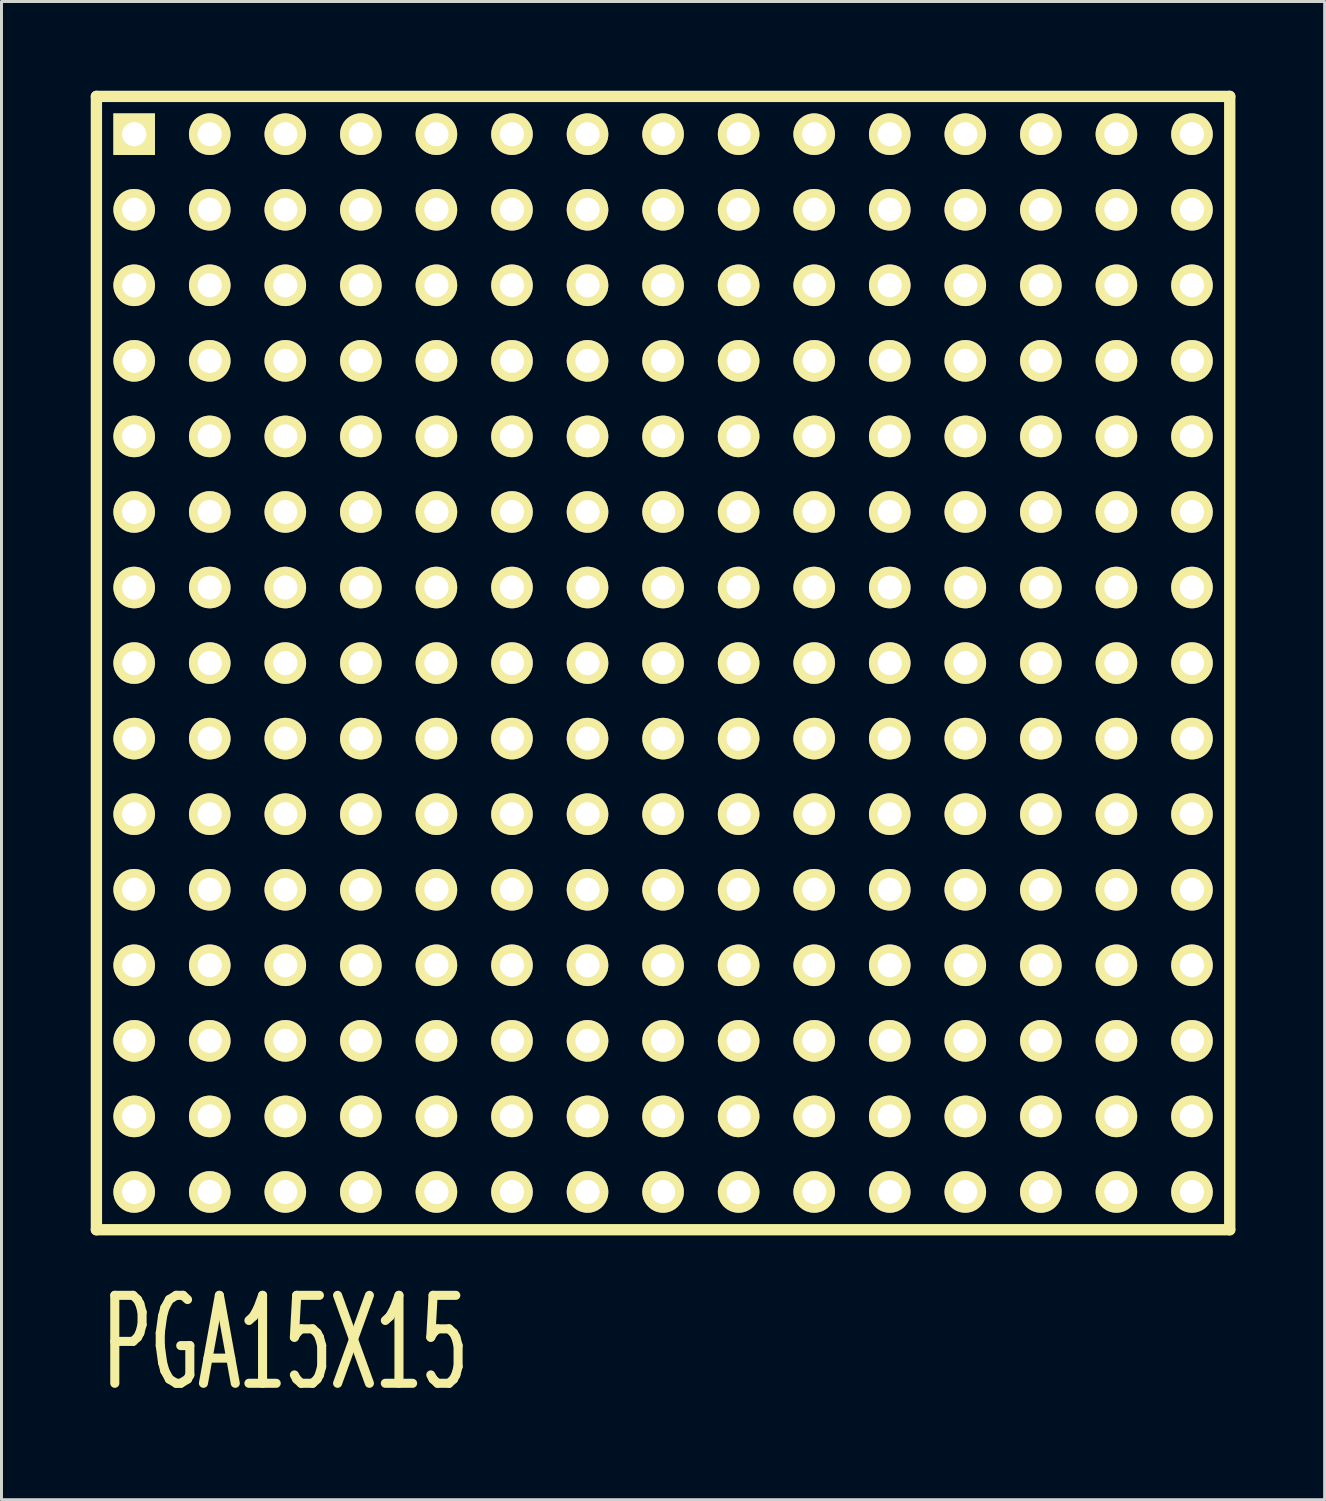
<source format=kicad_pcb>
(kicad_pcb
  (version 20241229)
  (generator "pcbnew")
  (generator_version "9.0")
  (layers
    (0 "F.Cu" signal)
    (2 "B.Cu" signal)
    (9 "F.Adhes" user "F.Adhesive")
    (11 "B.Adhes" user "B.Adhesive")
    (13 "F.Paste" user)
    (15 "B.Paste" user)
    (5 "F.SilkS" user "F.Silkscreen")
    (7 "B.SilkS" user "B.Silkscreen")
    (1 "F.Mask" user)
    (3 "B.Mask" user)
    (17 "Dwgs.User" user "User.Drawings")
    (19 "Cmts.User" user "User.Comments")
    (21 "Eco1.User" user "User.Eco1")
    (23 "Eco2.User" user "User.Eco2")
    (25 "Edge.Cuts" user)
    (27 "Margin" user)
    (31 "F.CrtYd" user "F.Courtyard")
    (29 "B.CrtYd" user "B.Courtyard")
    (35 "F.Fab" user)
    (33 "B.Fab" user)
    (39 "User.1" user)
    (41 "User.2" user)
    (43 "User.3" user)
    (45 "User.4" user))
  (footprint "PGA15X15"
    (layer "F.Cu")
    (at 19.241 19.241)
    (property "Reference" "PGA15X15" (at -12.7 22.86 0) (layer "F.SilkS") (effects (font (size 2.957 1.605) (thickness 0.305))))
    (attr through_hole)
    (fp_line (start -19.05 -19.05) (end -19.05 19.05) (stroke (width 0.381) (type solid)) (layer "F.SilkS"))
    (fp_line (start -19.05 19.05) (end 19.05 19.05) (stroke (width 0.381) (type solid)) (layer "F.SilkS"))
    (fp_line (start 19.05 -19.05) (end -19.05 -19.05) (stroke (width 0.381) (type solid)) (layer "F.SilkS"))
    (fp_line (start 19.05 19.05) (end 19.05 -19.05) (stroke (width 0.381) (type solid)) (layer "F.SilkS"))
    (pad "A1" thru_hole rect (at -17.78 -17.78) (size 1.397 1.397) (drill 0.813) (layers "*.Cu" "*.Mask" "F.SilkS"))
    (pad "A2" thru_hole circle (at -15.24 -17.78) (size 1.397 1.397) (drill 0.813) (layers "*.Cu" "*.Mask" "F.SilkS"))
    (pad "A3" thru_hole circle (at -12.7 -17.78) (size 1.397 1.397) (drill 0.813) (layers "*.Cu" "*.Mask" "F.SilkS"))
    (pad "A4" thru_hole circle (at -10.16 -17.78) (size 1.397 1.397) (drill 0.813) (layers "*.Cu" "*.Mask" "F.SilkS"))
    (pad "A5" thru_hole circle (at -7.62 -17.78) (size 1.397 1.397) (drill 0.813) (layers "*.Cu" "*.Mask" "F.SilkS"))
    (pad "A6" thru_hole circle (at -5.08 -17.78) (size 1.397 1.397) (drill 0.813) (layers "*.Cu" "*.Mask" "F.SilkS"))
    (pad "A7" thru_hole circle (at -2.54 -17.78) (size 1.397 1.397) (drill 0.813) (layers "*.Cu" "*.Mask" "F.SilkS"))
    (pad "A8" thru_hole circle (at 0 -17.78) (size 1.397 1.397) (drill 0.813) (layers "*.Cu" "*.Mask" "F.SilkS"))
    (pad "A9" thru_hole circle (at 2.54 -17.78) (size 1.397 1.397) (drill 0.813) (layers "*.Cu" "*.Mask" "F.SilkS"))
    (pad "A10" thru_hole circle (at 5.08 -17.78) (size 1.397 1.397) (drill 0.813) (layers "*.Cu" "*.Mask" "F.SilkS"))
    (pad "A11" thru_hole circle (at 7.62 -17.78) (size 1.397 1.397) (drill 0.813) (layers "*.Cu" "*.Mask" "F.SilkS"))
    (pad "A12" thru_hole circle (at 10.16 -17.78) (size 1.397 1.397) (drill 0.813) (layers "*.Cu" "*.Mask" "F.SilkS"))
    (pad "A13" thru_hole circle (at 12.7 -17.78) (size 1.397 1.397) (drill 0.813) (layers "*.Cu" "*.Mask" "F.SilkS"))
    (pad "A14" thru_hole circle (at 15.24 -17.78) (size 1.397 1.397) (drill 0.813) (layers "*.Cu" "*.Mask" "F.SilkS"))
    (pad "A15" thru_hole circle (at 17.78 -17.78) (size 1.397 1.397) (drill 0.813) (layers "*.Cu" "*.Mask" "F.SilkS"))
    (pad "B1" thru_hole circle (at -17.78 -15.24) (size 1.397 1.397) (drill 0.813) (layers "*.Cu" "*.Mask" "F.SilkS"))
    (pad "B2" thru_hole circle (at -15.24 -15.24) (size 1.397 1.397) (drill 0.813) (layers "*.Cu" "*.Mask" "F.SilkS"))
    (pad "B3" thru_hole circle (at -12.7 -15.24) (size 1.397 1.397) (drill 0.813) (layers "*.Cu" "*.Mask" "F.SilkS"))
    (pad "B4" thru_hole circle (at -10.16 -15.24) (size 1.397 1.397) (drill 0.813) (layers "*.Cu" "*.Mask" "F.SilkS"))
    (pad "B5" thru_hole circle (at -7.62 -15.24) (size 1.397 1.397) (drill 0.813) (layers "*.Cu" "*.Mask" "F.SilkS"))
    (pad "B6" thru_hole circle (at -5.08 -15.24) (size 1.397 1.397) (drill 0.813) (layers "*.Cu" "*.Mask" "F.SilkS"))
    (pad "B7" thru_hole circle (at -2.54 -15.24) (size 1.397 1.397) (drill 0.813) (layers "*.Cu" "*.Mask" "F.SilkS"))
    (pad "B8" thru_hole circle (at 0 -15.24) (size 1.397 1.397) (drill 0.813) (layers "*.Cu" "*.Mask" "F.SilkS"))
    (pad "B9" thru_hole circle (at 2.54 -15.24) (size 1.397 1.397) (drill 0.813) (layers "*.Cu" "*.Mask" "F.SilkS"))
    (pad "B10" thru_hole circle (at 5.08 -15.24) (size 1.397 1.397) (drill 0.813) (layers "*.Cu" "*.Mask" "F.SilkS"))
    (pad "B11" thru_hole circle (at 7.62 -15.24) (size 1.397 1.397) (drill 0.813) (layers "*.Cu" "*.Mask" "F.SilkS"))
    (pad "B12" thru_hole circle (at 10.16 -15.24) (size 1.397 1.397) (drill 0.813) (layers "*.Cu" "*.Mask" "F.SilkS"))
    (pad "B13" thru_hole circle (at 12.7 -15.24) (size 1.397 1.397) (drill 0.813) (layers "*.Cu" "*.Mask" "F.SilkS"))
    (pad "B14" thru_hole circle (at 15.24 -15.24) (size 1.397 1.397) (drill 0.813) (layers "*.Cu" "*.Mask" "F.SilkS"))
    (pad "B15" thru_hole circle (at 17.78 -15.24) (size 1.397 1.397) (drill 0.813) (layers "*.Cu" "*.Mask" "F.SilkS"))
    (pad "C1" thru_hole circle (at -17.78 -12.7) (size 1.397 1.397) (drill 0.813) (layers "*.Cu" "*.Mask" "F.SilkS"))
    (pad "C2" thru_hole circle (at -15.24 -12.7) (size 1.397 1.397) (drill 0.813) (layers "*.Cu" "*.Mask" "F.SilkS"))
    (pad "C3" thru_hole circle (at -12.7 -12.7) (size 1.397 1.397) (drill 0.813) (layers "*.Cu" "*.Mask" "F.SilkS"))
    (pad "C4" thru_hole circle (at -10.16 -12.7) (size 1.397 1.397) (drill 0.813) (layers "*.Cu" "*.Mask" "F.SilkS"))
    (pad "C5" thru_hole circle (at -7.62 -12.7) (size 1.397 1.397) (drill 0.813) (layers "*.Cu" "*.Mask" "F.SilkS"))
    (pad "C6" thru_hole circle (at -5.08 -12.7) (size 1.397 1.397) (drill 0.813) (layers "*.Cu" "*.Mask" "F.SilkS"))
    (pad "C7" thru_hole circle (at -2.54 -12.7) (size 1.397 1.397) (drill 0.813) (layers "*.Cu" "*.Mask" "F.SilkS"))
    (pad "C8" thru_hole circle (at 0 -12.7) (size 1.397 1.397) (drill 0.813) (layers "*.Cu" "*.Mask" "F.SilkS"))
    (pad "C9" thru_hole circle (at 2.54 -12.7) (size 1.397 1.397) (drill 0.813) (layers "*.Cu" "*.Mask" "F.SilkS"))
    (pad "C10" thru_hole circle (at 5.08 -12.7) (size 1.397 1.397) (drill 0.813) (layers "*.Cu" "*.Mask" "F.SilkS"))
    (pad "C11" thru_hole circle (at 7.62 -12.7) (size 1.397 1.397) (drill 0.813) (layers "*.Cu" "*.Mask" "F.SilkS"))
    (pad "C12" thru_hole circle (at 10.16 -12.7) (size 1.397 1.397) (drill 0.813) (layers "*.Cu" "*.Mask" "F.SilkS"))
    (pad "C13" thru_hole circle (at 12.7 -12.7) (size 1.397 1.397) (drill 0.813) (layers "*.Cu" "*.Mask" "F.SilkS"))
    (pad "C14" thru_hole circle (at 15.24 -12.7) (size 1.397 1.397) (drill 0.813) (layers "*.Cu" "*.Mask" "F.SilkS"))
    (pad "C15" thru_hole circle (at 17.78 -12.7) (size 1.397 1.397) (drill 0.813) (layers "*.Cu" "*.Mask" "F.SilkS"))
    (pad "D1" thru_hole circle (at -17.78 -10.16) (size 1.397 1.397) (drill 0.813) (layers "*.Cu" "*.Mask" "F.SilkS"))
    (pad "D2" thru_hole circle (at -15.24 -10.16) (size 1.397 1.397) (drill 0.813) (layers "*.Cu" "*.Mask" "F.SilkS"))
    (pad "D3" thru_hole circle (at -12.7 -10.16) (size 1.397 1.397) (drill 0.813) (layers "*.Cu" "*.Mask" "F.SilkS"))
    (pad "D4" thru_hole circle (at -10.16 -10.16) (size 1.397 1.397) (drill 0.813) (layers "*.Cu" "*.Mask" "F.SilkS"))
    (pad "D5" thru_hole circle (at -7.62 -10.16) (size 1.397 1.397) (drill 0.813) (layers "*.Cu" "*.Mask" "F.SilkS"))
    (pad "D6" thru_hole circle (at -5.08 -10.16) (size 1.397 1.397) (drill 0.813) (layers "*.Cu" "*.Mask" "F.SilkS"))
    (pad "D7" thru_hole circle (at -2.54 -10.16) (size 1.397 1.397) (drill 0.813) (layers "*.Cu" "*.Mask" "F.SilkS"))
    (pad "D8" thru_hole circle (at 0 -10.16) (size 1.397 1.397) (drill 0.813) (layers "*.Cu" "*.Mask" "F.SilkS"))
    (pad "D9" thru_hole circle (at 2.54 -10.16) (size 1.397 1.397) (drill 0.813) (layers "*.Cu" "*.Mask" "F.SilkS"))
    (pad "D10" thru_hole circle (at 5.08 -10.16) (size 1.397 1.397) (drill 0.813) (layers "*.Cu" "*.Mask" "F.SilkS"))
    (pad "D11" thru_hole circle (at 7.62 -10.16) (size 1.397 1.397) (drill 0.813) (layers "*.Cu" "*.Mask" "F.SilkS"))
    (pad "D12" thru_hole circle (at 10.16 -10.16) (size 1.397 1.397) (drill 0.813) (layers "*.Cu" "*.Mask" "F.SilkS"))
    (pad "D13" thru_hole circle (at 12.7 -10.16) (size 1.397 1.397) (drill 0.813) (layers "*.Cu" "*.Mask" "F.SilkS"))
    (pad "D14" thru_hole circle (at 15.24 -10.16) (size 1.397 1.397) (drill 0.813) (layers "*.Cu" "*.Mask" "F.SilkS"))
    (pad "D15" thru_hole circle (at 17.78 -10.16) (size 1.397 1.397) (drill 0.813) (layers "*.Cu" "*.Mask" "F.SilkS"))
    (pad "E1" thru_hole circle (at -17.78 -7.62) (size 1.397 1.397) (drill 0.813) (layers "*.Cu" "*.Mask" "F.SilkS"))
    (pad "E2" thru_hole circle (at -15.24 -7.62) (size 1.397 1.397) (drill 0.813) (layers "*.Cu" "*.Mask" "F.SilkS"))
    (pad "E3" thru_hole circle (at -12.7 -7.62) (size 1.397 1.397) (drill 0.813) (layers "*.Cu" "*.Mask" "F.SilkS"))
    (pad "E4" thru_hole circle (at -10.16 -7.62) (size 1.397 1.397) (drill 0.813) (layers "*.Cu" "*.Mask" "F.SilkS"))
    (pad "E5" thru_hole circle (at -7.62 -7.62) (size 1.397 1.397) (drill 0.813) (layers "*.Cu" "*.Mask" "F.SilkS"))
    (pad "E6" thru_hole circle (at -5.08 -7.62) (size 1.397 1.397) (drill 0.813) (layers "*.Cu" "*.Mask" "F.SilkS"))
    (pad "E7" thru_hole circle (at -2.54 -7.62) (size 1.397 1.397) (drill 0.813) (layers "*.Cu" "*.Mask" "F.SilkS"))
    (pad "E8" thru_hole circle (at 0 -7.62) (size 1.397 1.397) (drill 0.813) (layers "*.Cu" "*.Mask" "F.SilkS"))
    (pad "E9" thru_hole circle (at 2.54 -7.62) (size 1.397 1.397) (drill 0.813) (layers "*.Cu" "*.Mask" "F.SilkS"))
    (pad "E10" thru_hole circle (at 5.08 -7.62) (size 1.397 1.397) (drill 0.813) (layers "*.Cu" "*.Mask" "F.SilkS"))
    (pad "E11" thru_hole circle (at 7.62 -7.62) (size 1.397 1.397) (drill 0.813) (layers "*.Cu" "*.Mask" "F.SilkS"))
    (pad "E12" thru_hole circle (at 10.16 -7.62) (size 1.397 1.397) (drill 0.813) (layers "*.Cu" "*.Mask" "F.SilkS"))
    (pad "E13" thru_hole circle (at 12.7 -7.62) (size 1.397 1.397) (drill 0.813) (layers "*.Cu" "*.Mask" "F.SilkS"))
    (pad "E14" thru_hole circle (at 15.24 -7.62) (size 1.397 1.397) (drill 0.813) (layers "*.Cu" "*.Mask" "F.SilkS"))
    (pad "E15" thru_hole circle (at 17.78 -7.62) (size 1.397 1.397) (drill 0.813) (layers "*.Cu" "*.Mask" "F.SilkS"))
    (pad "F1" thru_hole circle (at -17.78 -5.08) (size 1.397 1.397) (drill 0.813) (layers "*.Cu" "*.Mask" "F.SilkS"))
    (pad "F2" thru_hole circle (at -15.24 -5.08) (size 1.397 1.397) (drill 0.813) (layers "*.Cu" "*.Mask" "F.SilkS"))
    (pad "F3" thru_hole circle (at -12.7 -5.08) (size 1.397 1.397) (drill 0.813) (layers "*.Cu" "*.Mask" "F.SilkS"))
    (pad "F4" thru_hole circle (at -10.16 -5.08) (size 1.397 1.397) (drill 0.813) (layers "*.Cu" "*.Mask" "F.SilkS"))
    (pad "F5" thru_hole circle (at -7.62 -5.08) (size 1.397 1.397) (drill 0.813) (layers "*.Cu" "*.Mask" "F.SilkS"))
    (pad "F6" thru_hole circle (at -5.08 -5.08) (size 1.397 1.397) (drill 0.813) (layers "*.Cu" "*.Mask" "F.SilkS"))
    (pad "F7" thru_hole circle (at -2.54 -5.08) (size 1.397 1.397) (drill 0.813) (layers "*.Cu" "*.Mask" "F.SilkS"))
    (pad "F8" thru_hole circle (at 0 -5.08) (size 1.397 1.397) (drill 0.813) (layers "*.Cu" "*.Mask" "F.SilkS"))
    (pad "F9" thru_hole circle (at 2.54 -5.08) (size 1.397 1.397) (drill 0.813) (layers "*.Cu" "*.Mask" "F.SilkS"))
    (pad "F10" thru_hole circle (at 5.08 -5.08) (size 1.397 1.397) (drill 0.813) (layers "*.Cu" "*.Mask" "F.SilkS"))
    (pad "F11" thru_hole circle (at 7.62 -5.08) (size 1.397 1.397) (drill 0.813) (layers "*.Cu" "*.Mask" "F.SilkS"))
    (pad "F12" thru_hole circle (at 10.16 -5.08) (size 1.397 1.397) (drill 0.813) (layers "*.Cu" "*.Mask" "F.SilkS"))
    (pad "F13" thru_hole circle (at 12.7 -5.08) (size 1.397 1.397) (drill 0.813) (layers "*.Cu" "*.Mask" "F.SilkS"))
    (pad "F14" thru_hole circle (at 15.24 -5.08) (size 1.397 1.397) (drill 0.813) (layers "*.Cu" "*.Mask" "F.SilkS"))
    (pad "F15" thru_hole circle (at 17.78 -5.08) (size 1.397 1.397) (drill 0.813) (layers "*.Cu" "*.Mask" "F.SilkS"))
    (pad "G1" thru_hole circle (at -17.78 -2.54) (size 1.397 1.397) (drill 0.813) (layers "*.Cu" "*.Mask" "F.SilkS"))
    (pad "G2" thru_hole circle (at -15.24 -2.54) (size 1.397 1.397) (drill 0.813) (layers "*.Cu" "*.Mask" "F.SilkS"))
    (pad "G3" thru_hole circle (at -12.7 -2.54) (size 1.397 1.397) (drill 0.813) (layers "*.Cu" "*.Mask" "F.SilkS"))
    (pad "G4" thru_hole circle (at -10.16 -2.54) (size 1.397 1.397) (drill 0.813) (layers "*.Cu" "*.Mask" "F.SilkS"))
    (pad "G5" thru_hole circle (at -7.62 -2.54) (size 1.397 1.397) (drill 0.813) (layers "*.Cu" "*.Mask" "F.SilkS"))
    (pad "G6" thru_hole circle (at -5.08 -2.54) (size 1.397 1.397) (drill 0.813) (layers "*.Cu" "*.Mask" "F.SilkS"))
    (pad "G7" thru_hole circle (at -2.54 -2.54) (size 1.397 1.397) (drill 0.813) (layers "*.Cu" "*.Mask" "F.SilkS"))
    (pad "G8" thru_hole circle (at 0 -2.54) (size 1.397 1.397) (drill 0.813) (layers "*.Cu" "*.Mask" "F.SilkS"))
    (pad "G9" thru_hole circle (at 2.54 -2.54) (size 1.397 1.397) (drill 0.813) (layers "*.Cu" "*.Mask" "F.SilkS"))
    (pad "G10" thru_hole circle (at 5.08 -2.54) (size 1.397 1.397) (drill 0.813) (layers "*.Cu" "*.Mask" "F.SilkS"))
    (pad "G11" thru_hole circle (at 7.62 -2.54) (size 1.397 1.397) (drill 0.813) (layers "*.Cu" "*.Mask" "F.SilkS"))
    (pad "G12" thru_hole circle (at 10.16 -2.54) (size 1.397 1.397) (drill 0.813) (layers "*.Cu" "*.Mask" "F.SilkS"))
    (pad "G13" thru_hole circle (at 12.7 -2.54) (size 1.397 1.397) (drill 0.813) (layers "*.Cu" "*.Mask" "F.SilkS"))
    (pad "G14" thru_hole circle (at 15.24 -2.54) (size 1.397 1.397) (drill 0.813) (layers "*.Cu" "*.Mask" "F.SilkS"))
    (pad "G15" thru_hole circle (at 17.78 -2.54) (size 1.397 1.397) (drill 0.813) (layers "*.Cu" "*.Mask" "F.SilkS"))
    (pad "H1" thru_hole circle (at -17.78 0) (size 1.397 1.397) (drill 0.813) (layers "*.Cu" "*.Mask" "F.SilkS"))
    (pad "H2" thru_hole circle (at -15.24 0) (size 1.397 1.397) (drill 0.813) (layers "*.Cu" "*.Mask" "F.SilkS"))
    (pad "H3" thru_hole circle (at -12.7 0) (size 1.397 1.397) (drill 0.813) (layers "*.Cu" "*.Mask" "F.SilkS"))
    (pad "H4" thru_hole circle (at -10.16 0) (size 1.397 1.397) (drill 0.813) (layers "*.Cu" "*.Mask" "F.SilkS"))
    (pad "H5" thru_hole circle (at -7.62 0) (size 1.397 1.397) (drill 0.813) (layers "*.Cu" "*.Mask" "F.SilkS"))
    (pad "H6" thru_hole circle (at -5.08 0) (size 1.397 1.397) (drill 0.813) (layers "*.Cu" "*.Mask" "F.SilkS"))
    (pad "H7" thru_hole circle (at -2.54 0) (size 1.397 1.397) (drill 0.813) (layers "*.Cu" "*.Mask" "F.SilkS"))
    (pad "H8" thru_hole circle (at 0 0) (size 1.397 1.397) (drill 0.813) (layers "*.Cu" "*.Mask" "F.SilkS"))
    (pad "H9" thru_hole circle (at 2.54 0) (size 1.397 1.397) (drill 0.813) (layers "*.Cu" "*.Mask" "F.SilkS"))
    (pad "H10" thru_hole circle (at 5.08 0) (size 1.397 1.397) (drill 0.813) (layers "*.Cu" "*.Mask" "F.SilkS"))
    (pad "H11" thru_hole circle (at 7.62 0) (size 1.397 1.397) (drill 0.813) (layers "*.Cu" "*.Mask" "F.SilkS"))
    (pad "H12" thru_hole circle (at 10.16 0) (size 1.397 1.397) (drill 0.813) (layers "*.Cu" "*.Mask" "F.SilkS"))
    (pad "H13" thru_hole circle (at 12.7 0) (size 1.397 1.397) (drill 0.813) (layers "*.Cu" "*.Mask" "F.SilkS"))
    (pad "H14" thru_hole circle (at 15.24 0) (size 1.397 1.397) (drill 0.813) (layers "*.Cu" "*.Mask" "F.SilkS"))
    (pad "H15" thru_hole circle (at 17.78 0) (size 1.397 1.397) (drill 0.813) (layers "*.Cu" "*.Mask" "F.SilkS"))
    (pad "J1" thru_hole circle (at -17.78 2.54) (size 1.397 1.397) (drill 0.813) (layers "*.Cu" "*.Mask" "F.SilkS"))
    (pad "J2" thru_hole circle (at -15.24 2.54) (size 1.397 1.397) (drill 0.813) (layers "*.Cu" "*.Mask" "F.SilkS"))
    (pad "J3" thru_hole circle (at -12.7 2.54) (size 1.397 1.397) (drill 0.813) (layers "*.Cu" "*.Mask" "F.SilkS"))
    (pad "J4" thru_hole circle (at -10.16 2.54) (size 1.397 1.397) (drill 0.813) (layers "*.Cu" "*.Mask" "F.SilkS"))
    (pad "J5" thru_hole circle (at -7.62 2.54) (size 1.397 1.397) (drill 0.813) (layers "*.Cu" "*.Mask" "F.SilkS"))
    (pad "J6" thru_hole circle (at -5.08 2.54) (size 1.397 1.397) (drill 0.813) (layers "*.Cu" "*.Mask" "F.SilkS"))
    (pad "J7" thru_hole circle (at -2.54 2.54) (size 1.397 1.397) (drill 0.813) (layers "*.Cu" "*.Mask" "F.SilkS"))
    (pad "J8" thru_hole circle (at 0 2.54) (size 1.397 1.397) (drill 0.813) (layers "*.Cu" "*.Mask" "F.SilkS"))
    (pad "J9" thru_hole circle (at 2.54 2.54) (size 1.397 1.397) (drill 0.813) (layers "*.Cu" "*.Mask" "F.SilkS"))
    (pad "J10" thru_hole circle (at 5.08 2.54) (size 1.397 1.397) (drill 0.813) (layers "*.Cu" "*.Mask" "F.SilkS"))
    (pad "J11" thru_hole circle (at 7.62 2.54) (size 1.397 1.397) (drill 0.813) (layers "*.Cu" "*.Mask" "F.SilkS"))
    (pad "J12" thru_hole circle (at 10.16 2.54) (size 1.397 1.397) (drill 0.813) (layers "*.Cu" "*.Mask" "F.SilkS"))
    (pad "J13" thru_hole circle (at 12.7 2.54) (size 1.397 1.397) (drill 0.813) (layers "*.Cu" "*.Mask" "F.SilkS"))
    (pad "J14" thru_hole circle (at 15.24 2.54) (size 1.397 1.397) (drill 0.813) (layers "*.Cu" "*.Mask" "F.SilkS"))
    (pad "J15" thru_hole circle (at 17.78 2.54) (size 1.397 1.397) (drill 0.813) (layers "*.Cu" "*.Mask" "F.SilkS"))
    (pad "K1" thru_hole circle (at -17.78 5.08) (size 1.397 1.397) (drill 0.813) (layers "*.Cu" "*.Mask" "F.SilkS"))
    (pad "K2" thru_hole circle (at -15.24 5.08) (size 1.397 1.397) (drill 0.813) (layers "*.Cu" "*.Mask" "F.SilkS"))
    (pad "K3" thru_hole circle (at -12.7 5.08) (size 1.397 1.397) (drill 0.813) (layers "*.Cu" "*.Mask" "F.SilkS"))
    (pad "K4" thru_hole circle (at -10.16 5.08) (size 1.397 1.397) (drill 0.813) (layers "*.Cu" "*.Mask" "F.SilkS"))
    (pad "K5" thru_hole circle (at -7.62 5.08) (size 1.397 1.397) (drill 0.813) (layers "*.Cu" "*.Mask" "F.SilkS"))
    (pad "K6" thru_hole circle (at -5.08 5.08) (size 1.397 1.397) (drill 0.813) (layers "*.Cu" "*.Mask" "F.SilkS"))
    (pad "K7" thru_hole circle (at -2.54 5.08) (size 1.397 1.397) (drill 0.813) (layers "*.Cu" "*.Mask" "F.SilkS"))
    (pad "K8" thru_hole circle (at 0 5.08) (size 1.397 1.397) (drill 0.813) (layers "*.Cu" "*.Mask" "F.SilkS"))
    (pad "K9" thru_hole circle (at 2.54 5.08) (size 1.397 1.397) (drill 0.813) (layers "*.Cu" "*.Mask" "F.SilkS"))
    (pad "K10" thru_hole circle (at 5.08 5.08) (size 1.397 1.397) (drill 0.813) (layers "*.Cu" "*.Mask" "F.SilkS"))
    (pad "K11" thru_hole circle (at 7.62 5.08) (size 1.397 1.397) (drill 0.813) (layers "*.Cu" "*.Mask" "F.SilkS"))
    (pad "K12" thru_hole circle (at 10.16 5.08) (size 1.397 1.397) (drill 0.813) (layers "*.Cu" "*.Mask" "F.SilkS"))
    (pad "K13" thru_hole circle (at 12.7 5.08) (size 1.397 1.397) (drill 0.813) (layers "*.Cu" "*.Mask" "F.SilkS"))
    (pad "K14" thru_hole circle (at 15.24 5.08) (size 1.397 1.397) (drill 0.813) (layers "*.Cu" "*.Mask" "F.SilkS"))
    (pad "K15" thru_hole circle (at 17.78 5.08) (size 1.397 1.397) (drill 0.813) (layers "*.Cu" "*.Mask" "F.SilkS"))
    (pad "L1" thru_hole circle (at -17.78 7.62) (size 1.397 1.397) (drill 0.813) (layers "*.Cu" "*.Mask" "F.SilkS"))
    (pad "L2" thru_hole circle (at -15.24 7.62) (size 1.397 1.397) (drill 0.813) (layers "*.Cu" "*.Mask" "F.SilkS"))
    (pad "L3" thru_hole circle (at -12.7 7.62) (size 1.397 1.397) (drill 0.813) (layers "*.Cu" "*.Mask" "F.SilkS"))
    (pad "L4" thru_hole circle (at -10.16 7.62) (size 1.397 1.397) (drill 0.813) (layers "*.Cu" "*.Mask" "F.SilkS"))
    (pad "L5" thru_hole circle (at -7.62 7.62) (size 1.397 1.397) (drill 0.813) (layers "*.Cu" "*.Mask" "F.SilkS"))
    (pad "L6" thru_hole circle (at -5.08 7.62) (size 1.397 1.397) (drill 0.813) (layers "*.Cu" "*.Mask" "F.SilkS"))
    (pad "L7" thru_hole circle (at -2.54 7.62) (size 1.397 1.397) (drill 0.813) (layers "*.Cu" "*.Mask" "F.SilkS"))
    (pad "L8" thru_hole circle (at 0 7.62) (size 1.397 1.397) (drill 0.813) (layers "*.Cu" "*.Mask" "F.SilkS"))
    (pad "L9" thru_hole circle (at 2.54 7.62) (size 1.397 1.397) (drill 0.813) (layers "*.Cu" "*.Mask" "F.SilkS"))
    (pad "L10" thru_hole circle (at 5.08 7.62) (size 1.397 1.397) (drill 0.813) (layers "*.Cu" "*.Mask" "F.SilkS"))
    (pad "L11" thru_hole circle (at 7.62 7.62) (size 1.397 1.397) (drill 0.813) (layers "*.Cu" "*.Mask" "F.SilkS"))
    (pad "L12" thru_hole circle (at 10.16 7.62) (size 1.397 1.397) (drill 0.813) (layers "*.Cu" "*.Mask" "F.SilkS"))
    (pad "L13" thru_hole circle (at 12.7 7.62) (size 1.397 1.397) (drill 0.813) (layers "*.Cu" "*.Mask" "F.SilkS"))
    (pad "L14" thru_hole circle (at 15.24 7.62) (size 1.397 1.397) (drill 0.813) (layers "*.Cu" "*.Mask" "F.SilkS"))
    (pad "L15" thru_hole circle (at 17.78 7.62) (size 1.397 1.397) (drill 0.813) (layers "*.Cu" "*.Mask" "F.SilkS"))
    (pad "M1" thru_hole circle (at -17.78 10.16) (size 1.397 1.397) (drill 0.813) (layers "*.Cu" "*.Mask" "F.SilkS"))
    (pad "M2" thru_hole circle (at -15.24 10.16) (size 1.397 1.397) (drill 0.813) (layers "*.Cu" "*.Mask" "F.SilkS"))
    (pad "M3" thru_hole circle (at -12.7 10.16) (size 1.397 1.397) (drill 0.813) (layers "*.Cu" "*.Mask" "F.SilkS"))
    (pad "M4" thru_hole circle (at -10.16 10.16) (size 1.397 1.397) (drill 0.813) (layers "*.Cu" "*.Mask" "F.SilkS"))
    (pad "M5" thru_hole circle (at -7.62 10.16) (size 1.397 1.397) (drill 0.813) (layers "*.Cu" "*.Mask" "F.SilkS"))
    (pad "M6" thru_hole circle (at -5.08 10.16) (size 1.397 1.397) (drill 0.813) (layers "*.Cu" "*.Mask" "F.SilkS"))
    (pad "M7" thru_hole circle (at -2.54 10.16) (size 1.397 1.397) (drill 0.813) (layers "*.Cu" "*.Mask" "F.SilkS"))
    (pad "M8" thru_hole circle (at 0 10.16) (size 1.397 1.397) (drill 0.813) (layers "*.Cu" "*.Mask" "F.SilkS"))
    (pad "M9" thru_hole circle (at 2.54 10.16) (size 1.397 1.397) (drill 0.813) (layers "*.Cu" "*.Mask" "F.SilkS"))
    (pad "M10" thru_hole circle (at 5.08 10.16) (size 1.397 1.397) (drill 0.813) (layers "*.Cu" "*.Mask" "F.SilkS"))
    (pad "M11" thru_hole circle (at 7.62 10.16) (size 1.397 1.397) (drill 0.813) (layers "*.Cu" "*.Mask" "F.SilkS"))
    (pad "M12" thru_hole circle (at 10.16 10.16) (size 1.397 1.397) (drill 0.813) (layers "*.Cu" "*.Mask" "F.SilkS"))
    (pad "M13" thru_hole circle (at 12.7 10.16) (size 1.397 1.397) (drill 0.813) (layers "*.Cu" "*.Mask" "F.SilkS"))
    (pad "M14" thru_hole circle (at 15.24 10.16) (size 1.397 1.397) (drill 0.813) (layers "*.Cu" "*.Mask" "F.SilkS"))
    (pad "M15" thru_hole circle (at 17.78 10.16) (size 1.397 1.397) (drill 0.813) (layers "*.Cu" "*.Mask" "F.SilkS"))
    (pad "N1" thru_hole circle (at -17.78 12.7) (size 1.397 1.397) (drill 0.813) (layers "*.Cu" "*.Mask" "F.SilkS"))
    (pad "N2" thru_hole circle (at -15.24 12.7) (size 1.397 1.397) (drill 0.813) (layers "*.Cu" "*.Mask" "F.SilkS"))
    (pad "N3" thru_hole circle (at -12.7 12.7) (size 1.397 1.397) (drill 0.813) (layers "*.Cu" "*.Mask" "F.SilkS"))
    (pad "N4" thru_hole circle (at -10.16 12.7) (size 1.397 1.397) (drill 0.813) (layers "*.Cu" "*.Mask" "F.SilkS"))
    (pad "N5" thru_hole circle (at -7.62 12.7) (size 1.397 1.397) (drill 0.813) (layers "*.Cu" "*.Mask" "F.SilkS"))
    (pad "N6" thru_hole circle (at -5.08 12.7) (size 1.397 1.397) (drill 0.813) (layers "*.Cu" "*.Mask" "F.SilkS"))
    (pad "N7" thru_hole circle (at -2.54 12.7) (size 1.397 1.397) (drill 0.813) (layers "*.Cu" "*.Mask" "F.SilkS"))
    (pad "N8" thru_hole circle (at 0 12.7) (size 1.397 1.397) (drill 0.813) (layers "*.Cu" "*.Mask" "F.SilkS"))
    (pad "N9" thru_hole circle (at 2.54 12.7) (size 1.397 1.397) (drill 0.813) (layers "*.Cu" "*.Mask" "F.SilkS"))
    (pad "N10" thru_hole circle (at 5.08 12.7) (size 1.397 1.397) (drill 0.813) (layers "*.Cu" "*.Mask" "F.SilkS"))
    (pad "N11" thru_hole circle (at 7.62 12.7) (size 1.397 1.397) (drill 0.813) (layers "*.Cu" "*.Mask" "F.SilkS"))
    (pad "N12" thru_hole circle (at 10.16 12.7) (size 1.397 1.397) (drill 0.813) (layers "*.Cu" "*.Mask" "F.SilkS"))
    (pad "N13" thru_hole circle (at 12.7 12.7) (size 1.397 1.397) (drill 0.813) (layers "*.Cu" "*.Mask" "F.SilkS"))
    (pad "N14" thru_hole circle (at 15.24 12.7) (size 1.397 1.397) (drill 0.813) (layers "*.Cu" "*.Mask" "F.SilkS"))
    (pad "N15" thru_hole circle (at 17.78 12.7) (size 1.397 1.397) (drill 0.813) (layers "*.Cu" "*.Mask" "F.SilkS"))
    (pad "P1" thru_hole circle (at -17.78 15.24) (size 1.397 1.397) (drill 0.813) (layers "*.Cu" "*.Mask" "F.SilkS"))
    (pad "P2" thru_hole circle (at -15.24 15.24) (size 1.397 1.397) (drill 0.813) (layers "*.Cu" "*.Mask" "F.SilkS"))
    (pad "P3" thru_hole circle (at -12.7 15.24) (size 1.397 1.397) (drill 0.813) (layers "*.Cu" "*.Mask" "F.SilkS"))
    (pad "P4" thru_hole circle (at -10.16 15.24) (size 1.397 1.397) (drill 0.813) (layers "*.Cu" "*.Mask" "F.SilkS"))
    (pad "P5" thru_hole circle (at -7.62 15.24) (size 1.397 1.397) (drill 0.813) (layers "*.Cu" "*.Mask" "F.SilkS"))
    (pad "P6" thru_hole circle (at -5.08 15.24) (size 1.397 1.397) (drill 0.813) (layers "*.Cu" "*.Mask" "F.SilkS"))
    (pad "P7" thru_hole circle (at -2.54 15.24) (size 1.397 1.397) (drill 0.813) (layers "*.Cu" "*.Mask" "F.SilkS"))
    (pad "P8" thru_hole circle (at 0 15.24) (size 1.397 1.397) (drill 0.813) (layers "*.Cu" "*.Mask" "F.SilkS"))
    (pad "P9" thru_hole circle (at 2.54 15.24) (size 1.397 1.397) (drill 0.813) (layers "*.Cu" "*.Mask" "F.SilkS"))
    (pad "P10" thru_hole circle (at 5.08 15.24) (size 1.397 1.397) (drill 0.813) (layers "*.Cu" "*.Mask" "F.SilkS"))
    (pad "P11" thru_hole circle (at 7.62 15.24) (size 1.397 1.397) (drill 0.813) (layers "*.Cu" "*.Mask" "F.SilkS"))
    (pad "P12" thru_hole circle (at 10.16 15.24) (size 1.397 1.397) (drill 0.813) (layers "*.Cu" "*.Mask" "F.SilkS"))
    (pad "P13" thru_hole circle (at 12.7 15.24) (size 1.397 1.397) (drill 0.813) (layers "*.Cu" "*.Mask" "F.SilkS"))
    (pad "P14" thru_hole circle (at 15.24 15.24) (size 1.397 1.397) (drill 0.813) (layers "*.Cu" "*.Mask" "F.SilkS"))
    (pad "P15" thru_hole circle (at 17.78 15.24) (size 1.397 1.397) (drill 0.813) (layers "*.Cu" "*.Mask" "F.SilkS"))
    (pad "Q1" thru_hole circle (at -17.78 17.78) (size 1.397 1.397) (drill 0.813) (layers "*.Cu" "*.Mask" "F.SilkS"))
    (pad "Q2" thru_hole circle (at -15.24 17.78) (size 1.397 1.397) (drill 0.813) (layers "*.Cu" "*.Mask" "F.SilkS"))
    (pad "Q3" thru_hole circle (at -12.7 17.78) (size 1.397 1.397) (drill 0.813) (layers "*.Cu" "*.Mask" "F.SilkS"))
    (pad "Q4" thru_hole circle (at -10.16 17.78) (size 1.397 1.397) (drill 0.813) (layers "*.Cu" "*.Mask" "F.SilkS"))
    (pad "Q5" thru_hole circle (at -7.62 17.78) (size 1.397 1.397) (drill 0.813) (layers "*.Cu" "*.Mask" "F.SilkS"))
    (pad "Q6" thru_hole circle (at -5.08 17.78) (size 1.397 1.397) (drill 0.813) (layers "*.Cu" "*.Mask" "F.SilkS"))
    (pad "Q7" thru_hole circle (at -2.54 17.78) (size 1.397 1.397) (drill 0.813) (layers "*.Cu" "*.Mask" "F.SilkS"))
    (pad "Q8" thru_hole circle (at 0 17.78) (size 1.397 1.397) (drill 0.813) (layers "*.Cu" "*.Mask" "F.SilkS"))
    (pad "Q9" thru_hole circle (at 2.54 17.78) (size 1.397 1.397) (drill 0.813) (layers "*.Cu" "*.Mask" "F.SilkS"))
    (pad "Q10" thru_hole circle (at 5.08 17.78) (size 1.397 1.397) (drill 0.813) (layers "*.Cu" "*.Mask" "F.SilkS"))
    (pad "Q11" thru_hole circle (at 7.62 17.78) (size 1.397 1.397) (drill 0.813) (layers "*.Cu" "*.Mask" "F.SilkS"))
    (pad "Q12" thru_hole circle (at 10.16 17.78) (size 1.397 1.397) (drill 0.813) (layers "*.Cu" "*.Mask" "F.SilkS"))
    (pad "Q13" thru_hole circle (at 12.7 17.78) (size 1.397 1.397) (drill 0.813) (layers "*.Cu" "*.Mask" "F.SilkS"))
    (pad "Q14" thru_hole circle (at 15.24 17.78) (size 1.397 1.397) (drill 0.813) (layers "*.Cu" "*.Mask" "F.SilkS"))
    (pad "Q15" thru_hole circle (at 17.78 17.78) (size 1.397 1.397) (drill 0.813) (layers "*.Cu" "*.Mask" "F.SilkS")))
  (gr_rect
    (start -3 -3)
    (end 41.481 47.365)
    (stroke (width 0.1) (type default))
    (fill no)
    (layer "Edge.Cuts")))
</source>
